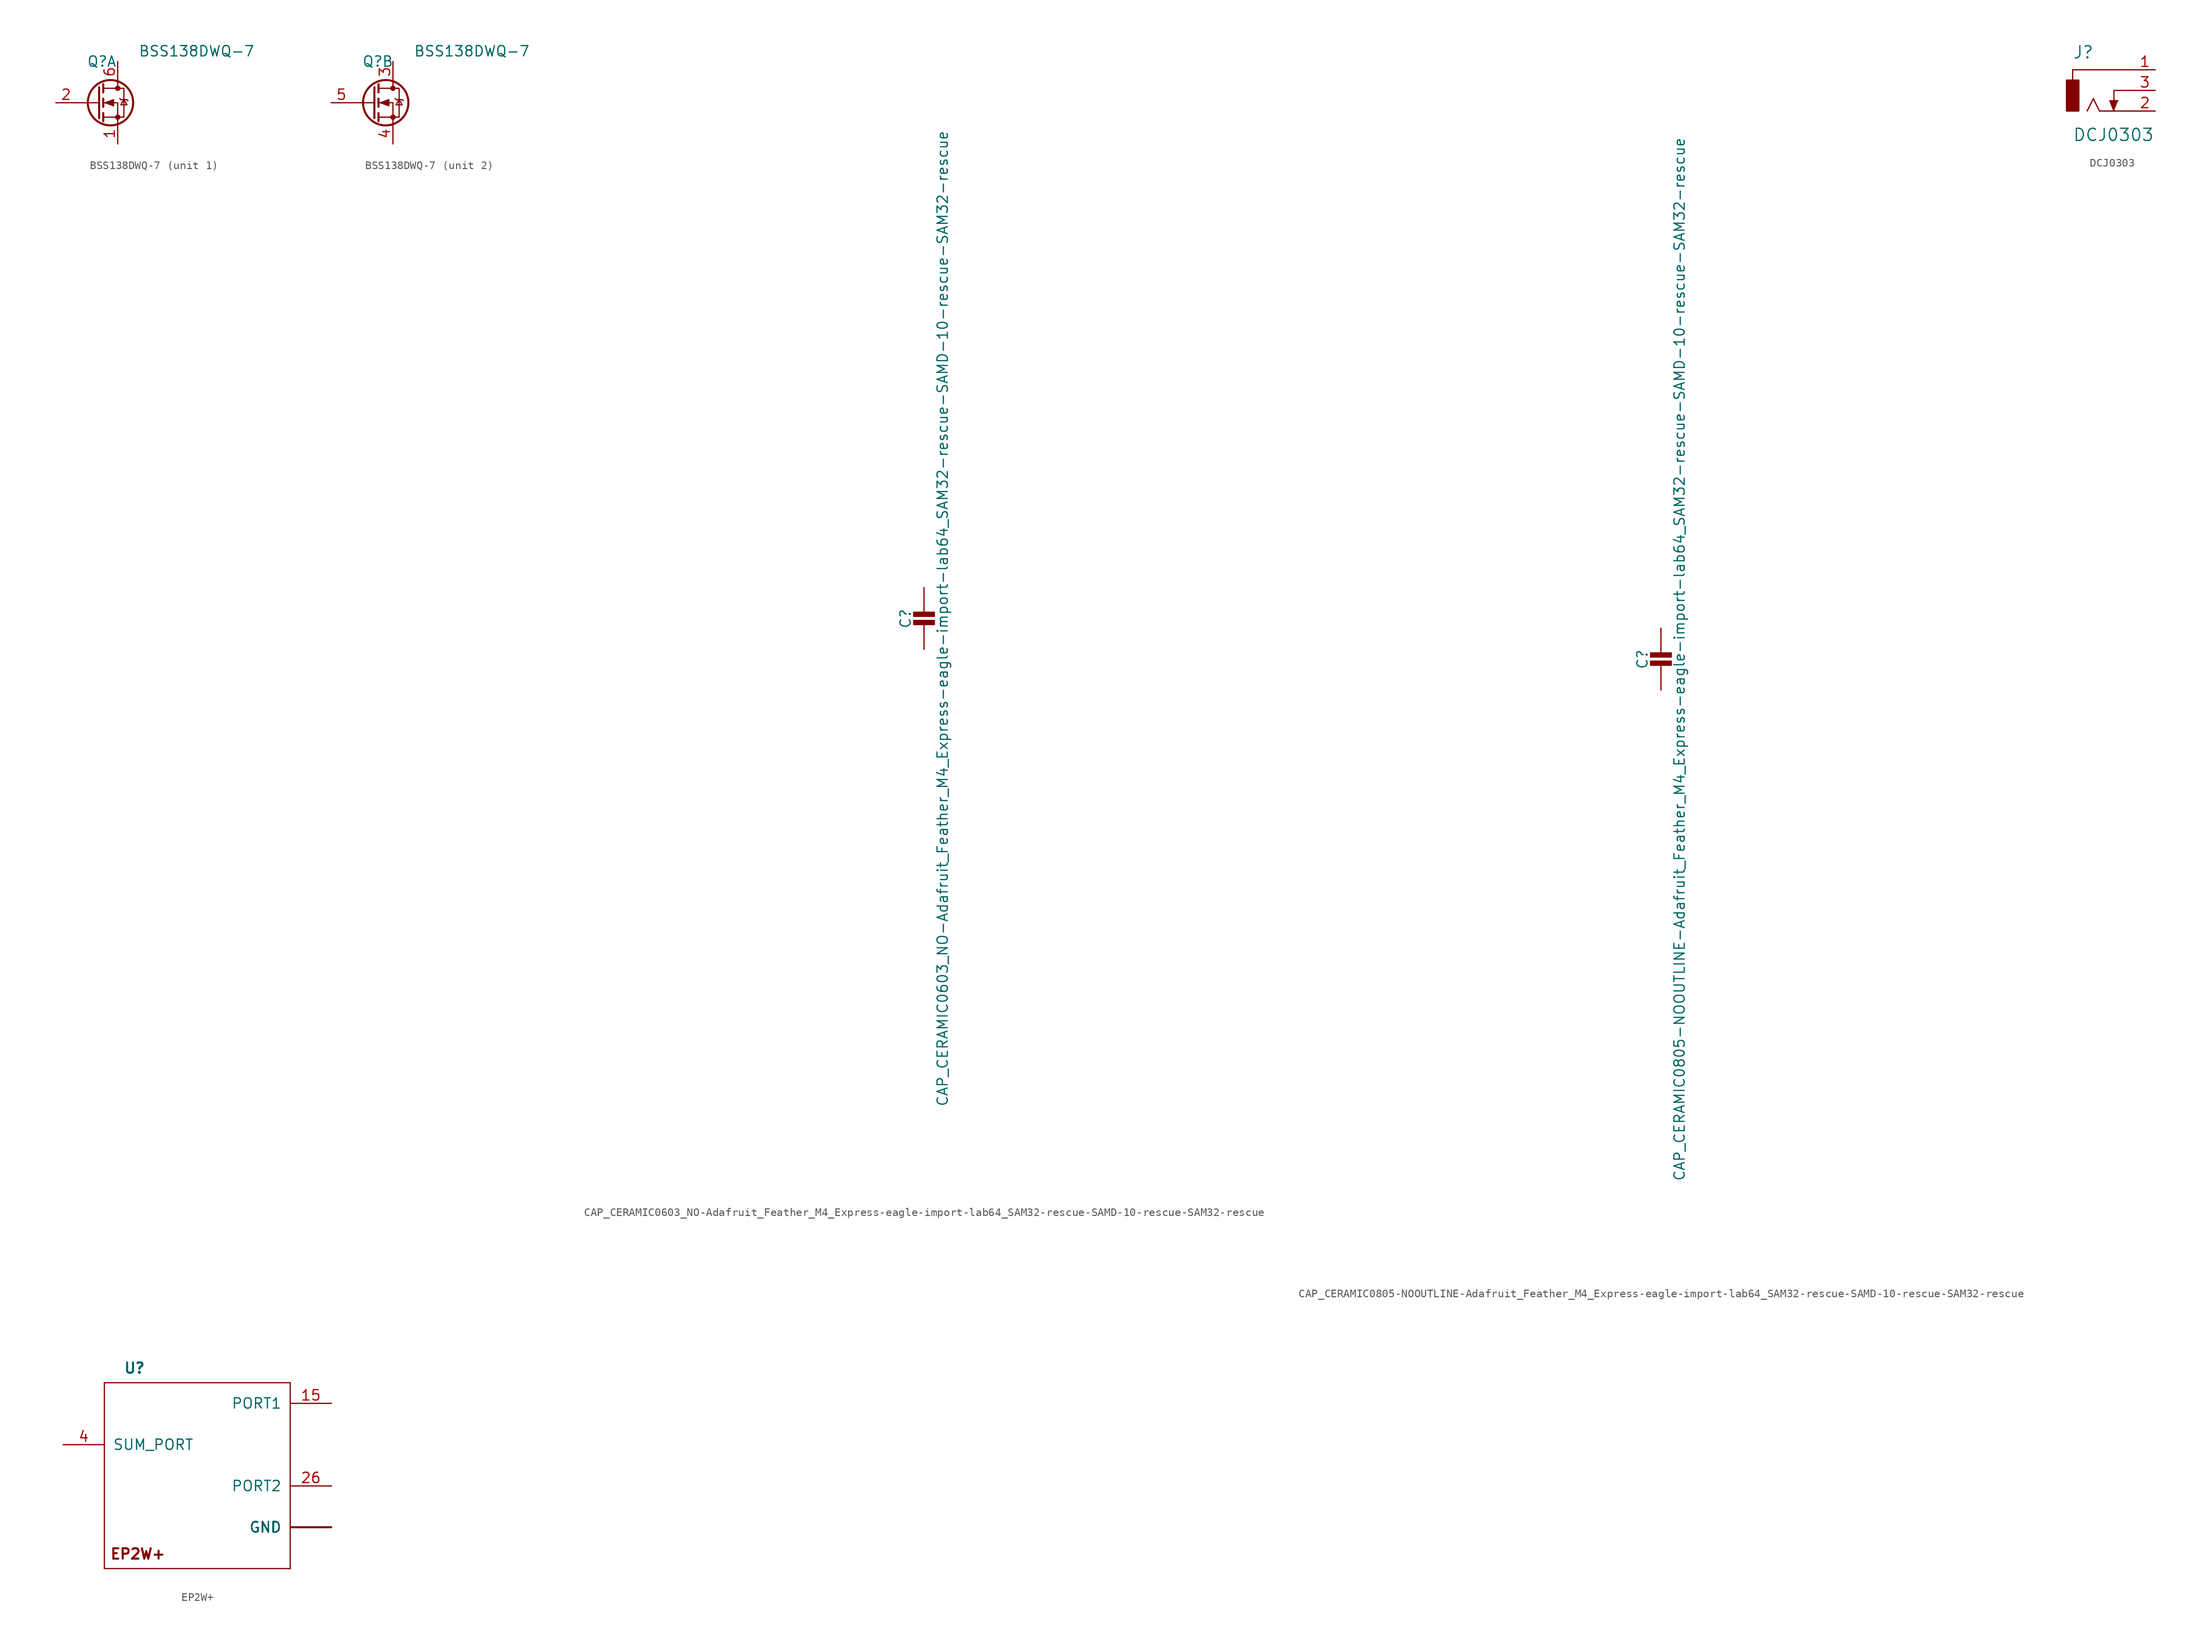
<source format=kicad_sym>
(kicad_symbol_lib
  (version 20231120)
  (generator "kicad_symbol_editor")
  (generator_version "8.0")
  (symbol "BSS138DWQ-7"
    (pin_names
      (offset 0.762) hide)
    (property "Reference" "Q"
      (at -2.54 5.08 0)
      (effects (font (size 1.27 1.27)) (justify left)))
    (property "Value" "BSS138DWQ-7"
      (at 3.81 6.35 0)
      (effects (font (size 1.27 1.27)) (justify left)))
    (property "ki_locked" ""
      (at 0 0 0)
      (effects (font (size 1.27 1.27))))
    (symbol "BSS138DWQ-7_1_1"
      (polyline (pts (xy -1.016 0) (xy -3.81 0)) (stroke (width 0) (type solid)) (fill (type none)))
      (polyline (pts (xy -1.016 1.905) (xy -1.016 -1.905)) (stroke (width 0.254) (type solid)) (fill (type none)))
      (polyline (pts (xy -0.508 -1.27) (xy -0.508 -2.286)) (stroke (width 0.254) (type solid)) (fill (type none)))
      (polyline (pts (xy -0.508 0.508) (xy -0.508 -0.508)) (stroke (width 0.254) (type solid)) (fill (type none)))
      (polyline (pts (xy -0.508 2.286) (xy -0.508 1.27)) (stroke (width 0.254) (type solid)) (fill (type none)))
      (polyline (pts (xy 1.27 2.54) (xy 1.27 1.778)) (stroke (width 0) (type solid)) (fill (type none)))
      (polyline (pts (xy 1.27 -2.54) (xy 1.27 0) (xy -0.508 0)) (stroke (width 0) (type solid)) (fill (type none)))
      (polyline (pts (xy -0.508 -1.778) (xy 2.032 -1.778) (xy 2.032 1.778) (xy -0.508 1.778)) (stroke (width 0) (type solid)) (fill (type none)))
      (polyline (pts (xy -0.254 0) (xy 0.762 0.381) (xy 0.762 -0.381) (xy -0.254 0)) (stroke (width 0) (type solid)) (fill (type outline)))
      (polyline (pts (xy 1.524 0.508) (xy 1.651 0.381) (xy 2.413 0.381) (xy 2.54 0.254)) (stroke (width 0) (type solid)) (fill (type none)))
      (polyline (pts (xy 2.032 0.381) (xy 1.651 -0.254) (xy 2.413 -0.254) (xy 2.032 0.381)) (stroke (width 0) (type solid)) (fill (type none)))
      (circle (center 0.381 0) (radius 2.794) (stroke (width 0.254) (type solid)) (fill (type none)))
      (circle (center 1.27 -1.778) (radius 0.254) (stroke (width 0) (type solid)) (fill (type outline)))
      (circle (center 1.27 1.778) (radius 0.254) (stroke (width 0) (type solid)) (fill (type outline)))
      (pin passive line (at 1.27 -5.08 90) (length 2.54) (name "S2" (effects (font (size 1.27 1.27)))) (number "1" (effects (font (size 1.27 1.27)))))
      (pin input line (at -6.35 0 0) (length 2.54) (name "G2" (effects (font (size 1.27 1.27)))) (number "2" (effects (font (size 1.27 1.27)))))
      (pin passive line (at 1.27 5.08 270) (length 2.54) (name "D1" (effects (font (size 1.27 1.27)))) (number "6" (effects (font (size 1.27 1.27))))))
    (symbol "BSS138DWQ-7_2_1"
      (polyline (pts (xy -1.016 0) (xy -3.81 0)) (stroke (width 0) (type solid)) (fill (type none)))
      (polyline (pts (xy -1.016 1.905) (xy -1.016 -1.905)) (stroke (width 0.254) (type solid)) (fill (type none)))
      (polyline (pts (xy -0.508 -1.27) (xy -0.508 -2.286)) (stroke (width 0.254) (type solid)) (fill (type none)))
      (polyline (pts (xy -0.508 0.508) (xy -0.508 -0.508)) (stroke (width 0.254) (type solid)) (fill (type none)))
      (polyline (pts (xy -0.508 2.286) (xy -0.508 1.27)) (stroke (width 0.254) (type solid)) (fill (type none)))
      (polyline (pts (xy 1.27 2.54) (xy 1.27 1.778)) (stroke (width 0) (type solid)) (fill (type none)))
      (polyline (pts (xy 1.27 -2.54) (xy 1.27 0) (xy -0.508 0)) (stroke (width 0) (type solid)) (fill (type none)))
      (polyline (pts (xy -0.508 -1.778) (xy 2.032 -1.778) (xy 2.032 1.778) (xy -0.508 1.778)) (stroke (width 0) (type solid)) (fill (type none)))
      (polyline (pts (xy -0.254 0) (xy 0.762 0.381) (xy 0.762 -0.381) (xy -0.254 0)) (stroke (width 0) (type solid)) (fill (type outline)))
      (polyline (pts (xy 1.524 0.508) (xy 1.651 0.381) (xy 2.413 0.381) (xy 2.54 0.254)) (stroke (width 0) (type solid)) (fill (type none)))
      (polyline (pts (xy 2.032 0.381) (xy 1.651 -0.254) (xy 2.413 -0.254) (xy 2.032 0.381)) (stroke (width 0) (type solid)) (fill (type none)))
      (circle (center 0.381 0) (radius 2.794) (stroke (width 0.254) (type solid)) (fill (type none)))
      (circle (center 1.27 -1.778) (radius 0.254) (stroke (width 0) (type solid)) (fill (type outline)))
      (circle (center 1.27 1.778) (radius 0.254) (stroke (width 0) (type solid)) (fill (type outline)))
      (pin passive line (at 1.27 5.08 270) (length 2.54) (name "D2" (effects (font (size 1.27 1.27)))) (number "3" (effects (font (size 1.27 1.27)))))
      (pin passive line (at 1.27 -5.08 90) (length 2.54) (name "S1" (effects (font (size 1.27 1.27)))) (number "4" (effects (font (size 1.27 1.27)))))
      (pin input line (at -6.35 0 0) (length 2.54) (name "G1" (effects (font (size 1.27 1.27)))) (number "5" (effects (font (size 1.27 1.27)))))))
  (symbol "CAP_CERAMIC0603_NO-Adafruit_Feather_M4_Express-eagle-import-lab64_SAM32-rescue-SAMD-10-rescue-SAM32-rescue"
    (pin_names
      (offset 1.016))
    (property "Reference" "C"
      (at -2.286 1.245 90)
      (effects (font (size 1.27 1.27))))
    (property "Value" "CAP_CERAMIC0603_NO-Adafruit_Feather_M4_Express-eagle-import-lab64_SAM32-rescue-SAMD-10-rescue-SAM32-rescue"
      (at 2.286 1.245 90)
      (effects (font (size 1.27 1.27))))
    (property "ki_locked" ""
      (at 0 0 0)
      (effects (font (size 1.27 1.27))))
    (symbol "CAP_CERAMIC0603_NO-Adafruit_Feather_M4_Express-eagle-import-lab64_SAM32-rescue-SAMD-10-rescue-SAM32-rescue_1_0"
      (rectangle (start -1.27 0.508) (end 1.27 1.016) (stroke (width 0) (type solid)) (fill (type outline)))
      (rectangle (start -1.27 1.524) (end 1.27 2.032) (stroke (width 0) (type solid)) (fill (type outline)))
      (polyline (pts (xy 0 0.762) (xy 0 0)) (stroke (width 0) (type solid)) (fill (type none)))
      (polyline (pts (xy 0 2.54) (xy 0 1.778)) (stroke (width 0) (type solid)) (fill (type none)))
      (pin passive line (at 0 5.08 270) (length 2.54) (name "1" (effects (font (size 0 0)))) (number "1" (effects (font (size 0 0)))))
      (pin passive line (at 0 -2.54 90) (length 2.54) (name "2" (effects (font (size 0 0)))) (number "2" (effects (font (size 0 0)))))))
  (symbol "CAP_CERAMIC0805-NOOUTLINE-Adafruit_Feather_M4_Express-eagle-import-lab64_SAM32-rescue-SAMD-10-rescue-SAM32-rescue"
    (pin_names
      (offset 1.016))
    (property "Reference" "C"
      (at -2.286 1.245 90)
      (effects (font (size 1.27 1.27))))
    (property "Value" "CAP_CERAMIC0805-NOOUTLINE-Adafruit_Feather_M4_Express-eagle-import-lab64_SAM32-rescue-SAMD-10-rescue-SAM32-rescue"
      (at 2.286 1.245 90)
      (effects (font (size 1.27 1.27))))
    (property "ki_locked" ""
      (at 0 0 0)
      (effects (font (size 1.27 1.27))))
    (symbol "CAP_CERAMIC0805-NOOUTLINE-Adafruit_Feather_M4_Express-eagle-import-lab64_SAM32-rescue-SAMD-10-rescue-SAM32-rescue_1_0"
      (rectangle (start -1.27 0.508) (end 1.27 1.016) (stroke (width 0) (type solid)) (fill (type outline)))
      (rectangle (start -1.27 1.524) (end 1.27 2.032) (stroke (width 0) (type solid)) (fill (type outline)))
      (polyline (pts (xy 0 0.762) (xy 0 0)) (stroke (width 0) (type solid)) (fill (type none)))
      (polyline (pts (xy 0 2.54) (xy 0 1.778)) (stroke (width 0) (type solid)) (fill (type none)))
      (pin passive line (at 0 5.08 270) (length 2.54) (name "1" (effects (font (size 0 0)))) (number "1" (effects (font (size 0 0)))))
      (pin passive line (at 0 -2.54 90) (length 2.54) (name "2" (effects (font (size 0 0)))) (number "2" (effects (font (size 0 0)))))))
  (symbol "DCJ0303"
    (pin_names
      (offset 1.016))
    (property "Reference" "J"
      (at -2.54 3.81 0)
      (effects (font (size 1.499 1.499)) (justify left bottom)))
    (property "Value" "DCJ0303"
      (at -2.54 -6.35 0)
      (effects (font (size 1.499 1.499)) (justify left bottom)))
    (property "ki_locked" ""
      (at 0 0 0)
      (effects (font (size 1.27 1.27))))
    (symbol "DCJ0303_1_0"
      (rectangle (start -3.302 -2.54) (end -1.778 1.27) (stroke (width 0) (type solid)) (fill (type outline)))
      (polyline (pts (xy -2.54 2.54) (xy -2.54 1.27)) (stroke (width 0) (type solid)) (fill (type none)))
      (polyline (pts (xy 0 -1.016) (xy -0.762 -2.54)) (stroke (width 0) (type solid)) (fill (type none)))
      (polyline (pts (xy 0.762 -2.54) (xy 0 -1.016)) (stroke (width 0) (type solid)) (fill (type none)))
      (polyline (pts (xy 2.54 -2.54) (xy 0.762 -2.54)) (stroke (width 0) (type solid)) (fill (type none)))
      (polyline (pts (xy 2.54 0) (xy 2.54 -2.54)) (stroke (width 0) (type solid)) (fill (type none)))
      (polyline (pts (xy 5.08 -2.54) (xy 2.54 -2.54)) (stroke (width 0) (type solid)) (fill (type none)))
      (polyline (pts (xy 5.08 0) (xy 2.54 0)) (stroke (width 0) (type solid)) (fill (type none)))
      (polyline (pts (xy 5.08 2.54) (xy -2.54 2.54)) (stroke (width 0) (type solid)) (fill (type none)))
      (polyline (pts (xy 2.54 -2.54) (xy 2.032 -1.27) (xy 3.048 -1.27)) (stroke (width 0) (type solid)) (fill (type outline)))
      (pin passive line (at 7.62 2.54 180) (length 2.54) (name "1" (effects (font (size 0 0)))) (number "1" (effects (font (size 1.27 1.27)))))
      (pin passive line (at 7.62 -2.54 180) (length 2.54) (name "2" (effects (font (size 0 0)))) (number "2" (effects (font (size 1.27 1.27)))))
      (pin passive line (at 7.62 0 180) (length 2.54) (name "3" (effects (font (size 0 0)))) (number "3" (effects (font (size 1.27 1.27)))))))
  (symbol "EP2W+"
    (pin_names
      (offset 1.016))
    (property "Reference" "U"
      (at -7.62 10.16 0)
      (effects (font (size 1.27 1.27) (bold yes)) (justify right top)))
    (property "ki_locked" ""
      (at 0 0 0)
      (effects (font (size 1.27 1.27))))
    (symbol "EP2W+_1_0"
      (polyline (pts (xy -12.7 -15.24) (xy -12.7 7.62)) (stroke (width 0) (type solid)) (fill (type none)))
      (polyline (pts (xy -12.7 7.62) (xy 10.16 7.62)) (stroke (width 0) (type solid)) (fill (type none)))
      (polyline (pts (xy 10.16 -15.24) (xy -12.7 -15.24)) (stroke (width 0) (type solid)) (fill (type none)))
      (polyline (pts (xy 10.16 7.62) (xy 10.16 -15.24)) (stroke (width 0) (type solid)) (fill (type none)))
      (text "EP2W+" (at -5.08 -12.7 0) (effects (font (size 1.27 1.27) (bold yes)) (justify right top)))
      (pin bidirectional line (at 15.24 -10.16 180) (length 5.08) (name "GND" (effects (font (size 1.27 1.27)))) (number "1" (effects (font (size 0 0)))))
      (pin bidirectional line (at 15.24 -10.16 180) (length 5.08) (name "GND" (effects (font (size 1.27 1.27)))) (number "10" (effects (font (size 0 0)))))
      (pin bidirectional line (at 15.24 -10.16 180) (length 5.08) (name "GND" (effects (font (size 1.27 1.27)))) (number "11" (effects (font (size 0 0)))))
      (pin bidirectional line (at 15.24 -10.16 180) (length 5.08) (name "GND" (effects (font (size 1.27 1.27)))) (number "12" (effects (font (size 0 0)))))
      (pin bidirectional line (at 15.24 -10.16 180) (length 5.08) (name "GND" (effects (font (size 1.27 1.27)))) (number "13" (effects (font (size 0 0)))))
      (pin bidirectional line (at 15.24 -10.16 180) (length 5.08) (name "GND" (effects (font (size 1.27 1.27)))) (number "14" (effects (font (size 0 0)))))
      (pin bidirectional line (at 15.24 5.08 180) (length 5.08) (name "PORT1" (effects (font (size 1.27 1.27)))) (number "15" (effects (font (size 1.27 1.27)))))
      (pin bidirectional line (at 15.24 -10.16 180) (length 5.08) (name "GND" (effects (font (size 1.27 1.27)))) (number "16" (effects (font (size 0 0)))))
      (pin bidirectional line (at 15.24 -10.16 180) (length 5.08) (name "GND" (effects (font (size 1.27 1.27)))) (number "17" (effects (font (size 0 0)))))
      (pin bidirectional line (at 15.24 -10.16 180) (length 5.08) (name "GND" (effects (font (size 1.27 1.27)))) (number "18" (effects (font (size 0 0)))))
      (pin bidirectional line (at 15.24 -10.16 180) (length 5.08) (name "GND" (effects (font (size 1.27 1.27)))) (number "19" (effects (font (size 0 0)))))
      (pin bidirectional line (at 15.24 -10.16 180) (length 5.08) (name "GND" (effects (font (size 1.27 1.27)))) (number "2" (effects (font (size 0 0)))))
      (pin bidirectional line (at 15.24 -10.16 180) (length 5.08) (name "GND" (effects (font (size 1.27 1.27)))) (number "20" (effects (font (size 0 0)))))
      (pin bidirectional line (at 15.24 -10.16 180) (length 5.08) (name "GND" (effects (font (size 1.27 1.27)))) (number "21" (effects (font (size 0 0)))))
      (pin bidirectional line (at 15.24 -10.16 180) (length 5.08) (name "GND" (effects (font (size 1.27 1.27)))) (number "22" (effects (font (size 0 0)))))
      (pin bidirectional line (at 15.24 -10.16 180) (length 5.08) (name "GND" (effects (font (size 1.27 1.27)))) (number "23" (effects (font (size 0 0)))))
      (pin bidirectional line (at 15.24 -10.16 180) (length 5.08) (name "GND" (effects (font (size 1.27 1.27)))) (number "24" (effects (font (size 0 0)))))
      (pin bidirectional line (at 15.24 -10.16 180) (length 5.08) (name "GND" (effects (font (size 1.27 1.27)))) (number "25" (effects (font (size 0 0)))))
      (pin bidirectional line (at 15.24 -5.08 180) (length 5.08) (name "PORT2" (effects (font (size 1.27 1.27)))) (number "26" (effects (font (size 1.27 1.27)))))
      (pin bidirectional line (at 15.24 -10.16 180) (length 5.08) (name "GND" (effects (font (size 1.27 1.27)))) (number "27" (effects (font (size 0 0)))))
      (pin bidirectional line (at 15.24 -10.16 180) (length 5.08) (name "GND" (effects (font (size 1.27 1.27)))) (number "28" (effects (font (size 0 0)))))
      (pin bidirectional line (at 15.24 -10.16 180) (length 5.08) (name "GND" (effects (font (size 1.27 1.27)))) (number "29" (effects (font (size 0 0)))))
      (pin bidirectional line (at 15.24 -10.16 180) (length 5.08) (name "GND" (effects (font (size 1.27 1.27)))) (number "3" (effects (font (size 0 0)))))
      (pin bidirectional line (at 15.24 -10.16 180) (length 5.08) (name "GND" (effects (font (size 1.27 1.27)))) (number "30" (effects (font (size 0 0)))))
      (pin bidirectional line (at 15.24 -10.16 180) (length 5.08) (name "GND" (effects (font (size 1.27 1.27)))) (number "31" (effects (font (size 0 0)))))
      (pin bidirectional line (at 15.24 -10.16 180) (length 5.08) (name "GND" (effects (font (size 1.27 1.27)))) (number "32" (effects (font (size 0 0)))))
      (pin bidirectional line (at -17.78 0 0) (length 5.08) (name "SUM_PORT" (effects (font (size 1.27 1.27)))) (number "4" (effects (font (size 1.27 1.27)))))
      (pin bidirectional line (at 15.24 -10.16 180) (length 5.08) (name "GND" (effects (font (size 1.27 1.27)))) (number "5" (effects (font (size 0 0)))))
      (pin bidirectional line (at 15.24 -10.16 180) (length 5.08) (name "GND" (effects (font (size 1.27 1.27)))) (number "6" (effects (font (size 0 0)))))
      (pin bidirectional line (at 15.24 -10.16 180) (length 5.08) (name "GND" (effects (font (size 1.27 1.27)))) (number "7" (effects (font (size 0 0)))))
      (pin bidirectional line (at 15.24 -10.16 180) (length 5.08) (name "GND" (effects (font (size 1.27 1.27)))) (number "8" (effects (font (size 0 0)))))
      (pin bidirectional line (at 15.24 -10.16 180) (length 5.08) (name "GND" (effects (font (size 1.27 1.27)))) (number "9" (effects (font (size 0 0)))))
      (pin bidirectional line (at 15.24 -10.16 180) (length 5.08) (name "GND" (effects (font (size 1.27 1.27)))) (number "EP" (effects (font (size 0 0))))))))
</source>
